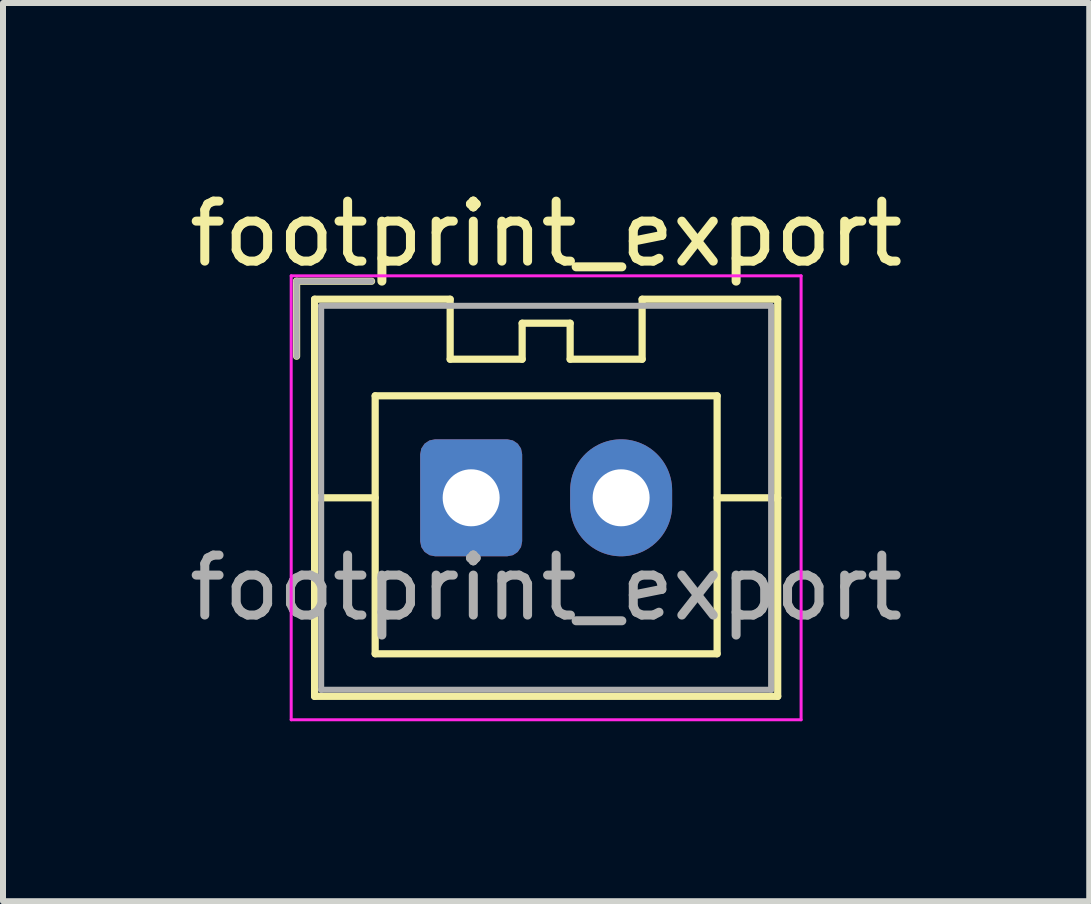
<source format=kicad_pcb>
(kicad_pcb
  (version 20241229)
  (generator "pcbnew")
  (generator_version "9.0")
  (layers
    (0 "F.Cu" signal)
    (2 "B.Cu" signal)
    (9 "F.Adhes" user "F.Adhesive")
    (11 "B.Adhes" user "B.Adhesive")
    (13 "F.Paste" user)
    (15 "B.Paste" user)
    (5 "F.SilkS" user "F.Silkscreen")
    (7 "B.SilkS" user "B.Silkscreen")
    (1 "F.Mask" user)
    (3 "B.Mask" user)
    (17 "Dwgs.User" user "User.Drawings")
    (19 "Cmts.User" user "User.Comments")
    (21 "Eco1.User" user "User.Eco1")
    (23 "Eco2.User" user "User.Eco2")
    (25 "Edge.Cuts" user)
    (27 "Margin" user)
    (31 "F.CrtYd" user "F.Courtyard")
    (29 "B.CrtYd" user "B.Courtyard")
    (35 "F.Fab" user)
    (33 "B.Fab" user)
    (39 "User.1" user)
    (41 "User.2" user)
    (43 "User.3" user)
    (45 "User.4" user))
  (footprint "footprint_export"
    (layer "F.Cu")
    (at 4.804 5.248)
    (property "Reference" "footprint_export" (at 1.25 -4.4 0) (layer "F.SilkS") (effects (font (size 1 1) (thickness 0.15))))
    (attr through_hole)
    (fp_line (start -2.91 -3.61) (end -2.91 -2.36) (stroke (width 0.12) (type solid)) (layer "F.SilkS"))
    (fp_line (start -2.61 -3.31) (end -2.61 3.31) (stroke (width 0.12) (type solid)) (layer "F.SilkS"))
    (fp_line (start -2.61 0) (end -1.6 0) (stroke (width 0.12) (type solid)) (layer "F.SilkS"))
    (fp_line (start -2.61 3.31) (end 5.11 3.31) (stroke (width 0.12) (type solid)) (layer "F.SilkS"))
    (fp_line (start -1.66 -3.61) (end -2.91 -3.61) (stroke (width 0.12) (type solid)) (layer "F.SilkS"))
    (fp_line (start -1.6 -1.7) (end -1.6 2.6) (stroke (width 0.12) (type solid)) (layer "F.SilkS"))
    (fp_line (start -1.6 2.6) (end 4.1 2.6) (stroke (width 0.12) (type solid)) (layer "F.SilkS"))
    (fp_line (start -0.35 -3.31) (end -2.61 -3.31) (stroke (width 0.12) (type solid)) (layer "F.SilkS"))
    (fp_line (start -0.35 -2.31) (end -0.35 -3.31) (stroke (width 0.12) (type solid)) (layer "F.SilkS"))
    (fp_line (start 0.85 -2.91) (end 0.85 -2.31) (stroke (width 0.12) (type solid)) (layer "F.SilkS"))
    (fp_line (start 0.85 -2.31) (end -0.35 -2.31) (stroke (width 0.12) (type solid)) (layer "F.SilkS"))
    (fp_line (start 1.65 -2.91) (end 0.85 -2.91) (stroke (width 0.12) (type solid)) (layer "F.SilkS"))
    (fp_line (start 1.65 -2.31) (end 1.65 -2.91) (stroke (width 0.12) (type solid)) (layer "F.SilkS"))
    (fp_line (start 2.85 -3.31) (end 2.85 -2.31) (stroke (width 0.12) (type solid)) (layer "F.SilkS"))
    (fp_line (start 2.85 -2.31) (end 1.65 -2.31) (stroke (width 0.12) (type solid)) (layer "F.SilkS"))
    (fp_line (start 4.1 -1.7) (end -1.6 -1.7) (stroke (width 0.12) (type solid)) (layer "F.SilkS"))
    (fp_line (start 4.1 2.6) (end 4.1 -1.7) (stroke (width 0.12) (type solid)) (layer "F.SilkS"))
    (fp_line (start 5.11 -3.31) (end 2.85 -3.31) (stroke (width 0.12) (type solid)) (layer "F.SilkS"))
    (fp_line (start 5.11 0) (end 4.1 0) (stroke (width 0.12) (type solid)) (layer "F.SilkS"))
    (fp_line (start 5.11 3.31) (end 5.11 -3.31) (stroke (width 0.12) (type solid)) (layer "F.SilkS"))
    (fp_line (start -3 -3.7) (end -3 3.7) (stroke (width 0.05) (type solid)) (layer "F.CrtYd"))
    (fp_line (start -3 3.7) (end 5.5 3.7) (stroke (width 0.05) (type solid)) (layer "F.CrtYd"))
    (fp_line (start 5.5 -3.7) (end -3 -3.7) (stroke (width 0.05) (type solid)) (layer "F.CrtYd"))
    (fp_line (start 5.5 3.7) (end 5.5 -3.7) (stroke (width 0.05) (type solid)) (layer "F.CrtYd"))
    (fp_line (start -2.91 -3.61) (end -2.91 -2.36) (stroke (width 0.1) (type solid)) (layer "F.Fab"))
    (fp_line (start -2.5 -3.2) (end -2.5 3.2) (stroke (width 0.1) (type solid)) (layer "F.Fab"))
    (fp_line (start -2.5 3.2) (end 5 3.2) (stroke (width 0.1) (type solid)) (layer "F.Fab"))
    (fp_line (start -1.66 -3.61) (end -2.91 -3.61) (stroke (width 0.1) (type solid)) (layer "F.Fab"))
    (fp_line (start 5 -3.2) (end -2.5 -3.2) (stroke (width 0.1) (type solid)) (layer "F.Fab"))
    (fp_line (start 5 3.2) (end 5 -3.2) (stroke (width 0.1) (type solid)) (layer "F.Fab"))
    (fp_text user "${REFERENCE}" (at 1.25 1.5 0) (layer "F.Fab") (effects (font (size 1 1) (thickness 0.15))))
    (pad "1" thru_hole roundrect (at 0 0) (size 1.7 1.95) (drill 0.95) (layers "*.Cu" "*.Mask") (roundrect_rratio 0.147))
    (pad "2" thru_hole oval (at 2.5 0) (size 1.7 1.95) (drill 0.95) (layers "*.Cu" "*.Mask")))
  (gr_rect
    (start -3 -3)
    (end 15.107 11.973)
    (stroke (width 0.1) (type default))
    (fill no)
    (layer "Edge.Cuts")))
</source>
